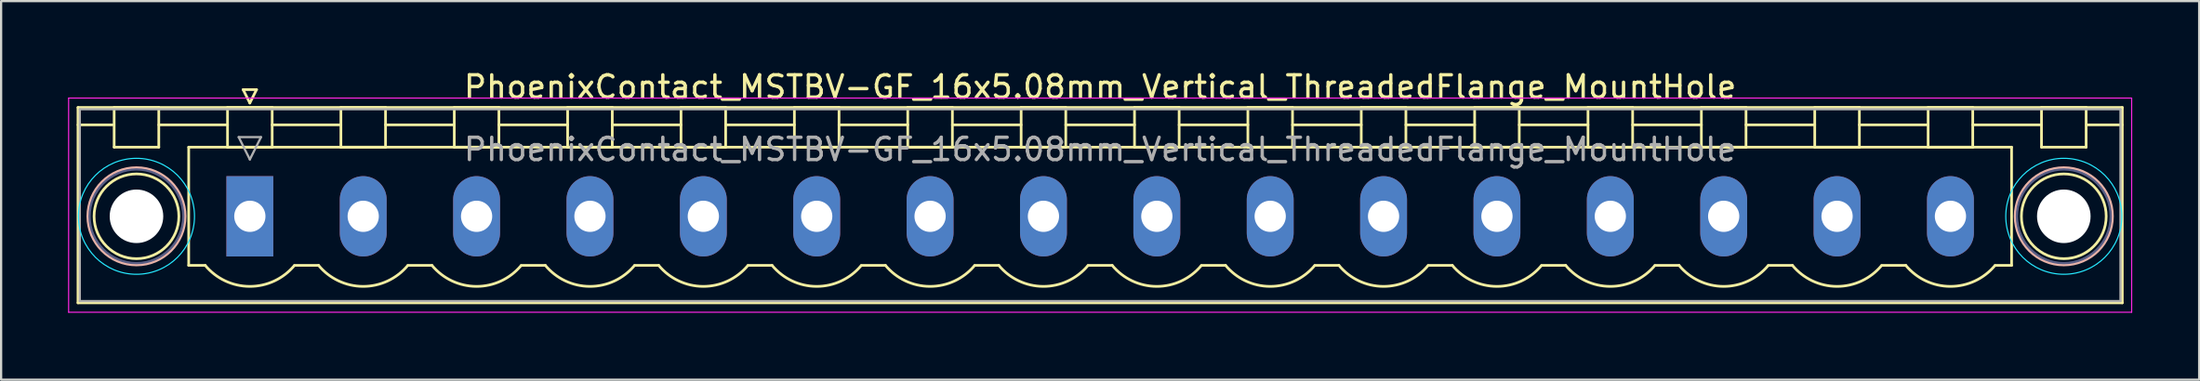
<source format=kicad_pcb>
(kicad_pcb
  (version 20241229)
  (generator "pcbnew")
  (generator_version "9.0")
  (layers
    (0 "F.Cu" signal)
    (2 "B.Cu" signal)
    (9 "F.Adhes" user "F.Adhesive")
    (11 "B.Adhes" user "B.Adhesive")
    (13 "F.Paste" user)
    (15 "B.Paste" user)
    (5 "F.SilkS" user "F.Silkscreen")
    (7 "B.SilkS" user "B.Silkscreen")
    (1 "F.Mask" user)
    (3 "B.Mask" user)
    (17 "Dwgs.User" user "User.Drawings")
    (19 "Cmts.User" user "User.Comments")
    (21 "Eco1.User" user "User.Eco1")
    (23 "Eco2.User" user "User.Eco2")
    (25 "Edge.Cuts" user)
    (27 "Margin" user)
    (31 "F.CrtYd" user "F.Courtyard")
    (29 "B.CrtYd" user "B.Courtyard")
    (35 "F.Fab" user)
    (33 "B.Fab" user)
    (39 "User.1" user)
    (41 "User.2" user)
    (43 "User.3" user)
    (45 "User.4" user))
  (footprint "PhoenixContact_MSTBV-GF_16x5.08mm_Vertical_ThreadedFlange_MountHole"
    (layer "F.Cu")
    (at 8.145 6.648)
    (property "Reference" "PhoenixContact_MSTBV-GF_16x5.08mm_Vertical_ThreadedFlange_MountHole" (at 38.1 -5.8 0) (layer "F.SilkS") (effects (font (size 1 1) (thickness 0.15))))
    (attr through_hole)
    (fp_line (start -7.7 -4.88) (end -7.7 3.88) (stroke (width 0.12) (type solid)) (layer "F.SilkS"))
    (fp_line (start -7.7 -4.1) (end -6.16 -4.1) (stroke (width 0.12) (type solid)) (layer "F.SilkS"))
    (fp_line (start -7.7 3.88) (end 83.9 3.88) (stroke (width 0.12) (type solid)) (layer "F.SilkS"))
    (fp_line (start -6.08 -4.88) (end -4.08 -4.88) (stroke (width 0.12) (type solid)) (layer "F.SilkS"))
    (fp_line (start -6.08 -3.1) (end -6.08 -4.88) (stroke (width 0.12) (type solid)) (layer "F.SilkS"))
    (fp_line (start -4.08 -4.88) (end -4.08 -3.1) (stroke (width 0.12) (type solid)) (layer "F.SilkS"))
    (fp_line (start -4.08 -4.1) (end -1 -4.1) (stroke (width 0.12) (type solid)) (layer "F.SilkS"))
    (fp_line (start -4.08 -3.1) (end -6.08 -3.1) (stroke (width 0.12) (type solid)) (layer "F.SilkS"))
    (fp_line (start -2.74 -3.1) (end 78.94 -3.1) (stroke (width 0.12) (type solid)) (layer "F.SilkS"))
    (fp_line (start -2.74 2.2) (end -2.74 -3.1) (stroke (width 0.12) (type solid)) (layer "F.SilkS"))
    (fp_line (start -2 2.2) (end -2.74 2.2) (stroke (width 0.12) (type solid)) (layer "F.SilkS"))
    (fp_line (start -1 -4.88) (end 1 -4.88) (stroke (width 0.12) (type solid)) (layer "F.SilkS"))
    (fp_line (start -1 -3.1) (end -1 -4.88) (stroke (width 0.12) (type solid)) (layer "F.SilkS"))
    (fp_line (start -0.3 -5.68) (end 0.3 -5.68) (stroke (width 0.12) (type solid)) (layer "F.SilkS"))
    (fp_line (start 0 -5.08) (end -0.3 -5.68) (stroke (width 0.12) (type solid)) (layer "F.SilkS"))
    (fp_line (start 0.3 -5.68) (end 0 -5.08) (stroke (width 0.12) (type solid)) (layer "F.SilkS"))
    (fp_line (start 1 -4.88) (end 1 -3.1) (stroke (width 0.12) (type solid)) (layer "F.SilkS"))
    (fp_line (start 1 -4.1) (end 4.08 -4.1) (stroke (width 0.12) (type solid)) (layer "F.SilkS"))
    (fp_line (start 1 -3.1) (end -1 -3.1) (stroke (width 0.12) (type solid)) (layer "F.SilkS"))
    (fp_line (start 2 2.2) (end 3.08 2.2) (stroke (width 0.12) (type solid)) (layer "F.SilkS"))
    (fp_line (start 4.08 -4.88) (end 6.08 -4.88) (stroke (width 0.12) (type solid)) (layer "F.SilkS"))
    (fp_line (start 4.08 -3.1) (end 4.08 -4.88) (stroke (width 0.12) (type solid)) (layer "F.SilkS"))
    (fp_line (start 6.08 -4.88) (end 6.08 -3.1) (stroke (width 0.12) (type solid)) (layer "F.SilkS"))
    (fp_line (start 6.08 -4.1) (end 9.16 -4.1) (stroke (width 0.12) (type solid)) (layer "F.SilkS"))
    (fp_line (start 6.08 -3.1) (end 4.08 -3.1) (stroke (width 0.12) (type solid)) (layer "F.SilkS"))
    (fp_line (start 7.08 2.2) (end 8.16 2.2) (stroke (width 0.12) (type solid)) (layer "F.SilkS"))
    (fp_line (start 9.16 -4.88) (end 11.16 -4.88) (stroke (width 0.12) (type solid)) (layer "F.SilkS"))
    (fp_line (start 9.16 -3.1) (end 9.16 -4.88) (stroke (width 0.12) (type solid)) (layer "F.SilkS"))
    (fp_line (start 11.16 -4.88) (end 11.16 -3.1) (stroke (width 0.12) (type solid)) (layer "F.SilkS"))
    (fp_line (start 11.16 -4.1) (end 14.24 -4.1) (stroke (width 0.12) (type solid)) (layer "F.SilkS"))
    (fp_line (start 11.16 -3.1) (end 9.16 -3.1) (stroke (width 0.12) (type solid)) (layer "F.SilkS"))
    (fp_line (start 12.16 2.2) (end 13.24 2.2) (stroke (width 0.12) (type solid)) (layer "F.SilkS"))
    (fp_line (start 14.24 -4.88) (end 16.24 -4.88) (stroke (width 0.12) (type solid)) (layer "F.SilkS"))
    (fp_line (start 14.24 -3.1) (end 14.24 -4.88) (stroke (width 0.12) (type solid)) (layer "F.SilkS"))
    (fp_line (start 16.24 -4.88) (end 16.24 -3.1) (stroke (width 0.12) (type solid)) (layer "F.SilkS"))
    (fp_line (start 16.24 -4.1) (end 19.32 -4.1) (stroke (width 0.12) (type solid)) (layer "F.SilkS"))
    (fp_line (start 16.24 -3.1) (end 14.24 -3.1) (stroke (width 0.12) (type solid)) (layer "F.SilkS"))
    (fp_line (start 17.24 2.2) (end 18.32 2.2) (stroke (width 0.12) (type solid)) (layer "F.SilkS"))
    (fp_line (start 19.32 -4.88) (end 21.32 -4.88) (stroke (width 0.12) (type solid)) (layer "F.SilkS"))
    (fp_line (start 19.32 -3.1) (end 19.32 -4.88) (stroke (width 0.12) (type solid)) (layer "F.SilkS"))
    (fp_line (start 21.32 -4.88) (end 21.32 -3.1) (stroke (width 0.12) (type solid)) (layer "F.SilkS"))
    (fp_line (start 21.32 -4.1) (end 24.4 -4.1) (stroke (width 0.12) (type solid)) (layer "F.SilkS"))
    (fp_line (start 21.32 -3.1) (end 19.32 -3.1) (stroke (width 0.12) (type solid)) (layer "F.SilkS"))
    (fp_line (start 22.32 2.2) (end 23.4 2.2) (stroke (width 0.12) (type solid)) (layer "F.SilkS"))
    (fp_line (start 24.4 -4.88) (end 26.4 -4.88) (stroke (width 0.12) (type solid)) (layer "F.SilkS"))
    (fp_line (start 24.4 -3.1) (end 24.4 -4.88) (stroke (width 0.12) (type solid)) (layer "F.SilkS"))
    (fp_line (start 26.4 -4.88) (end 26.4 -3.1) (stroke (width 0.12) (type solid)) (layer "F.SilkS"))
    (fp_line (start 26.4 -4.1) (end 29.48 -4.1) (stroke (width 0.12) (type solid)) (layer "F.SilkS"))
    (fp_line (start 26.4 -3.1) (end 24.4 -3.1) (stroke (width 0.12) (type solid)) (layer "F.SilkS"))
    (fp_line (start 27.4 2.2) (end 28.48 2.2) (stroke (width 0.12) (type solid)) (layer "F.SilkS"))
    (fp_line (start 29.48 -4.88) (end 31.48 -4.88) (stroke (width 0.12) (type solid)) (layer "F.SilkS"))
    (fp_line (start 29.48 -3.1) (end 29.48 -4.88) (stroke (width 0.12) (type solid)) (layer "F.SilkS"))
    (fp_line (start 31.48 -4.88) (end 31.48 -3.1) (stroke (width 0.12) (type solid)) (layer "F.SilkS"))
    (fp_line (start 31.48 -4.1) (end 34.56 -4.1) (stroke (width 0.12) (type solid)) (layer "F.SilkS"))
    (fp_line (start 31.48 -3.1) (end 29.48 -3.1) (stroke (width 0.12) (type solid)) (layer "F.SilkS"))
    (fp_line (start 32.48 2.2) (end 33.56 2.2) (stroke (width 0.12) (type solid)) (layer "F.SilkS"))
    (fp_line (start 34.56 -4.88) (end 36.56 -4.88) (stroke (width 0.12) (type solid)) (layer "F.SilkS"))
    (fp_line (start 34.56 -3.1) (end 34.56 -4.88) (stroke (width 0.12) (type solid)) (layer "F.SilkS"))
    (fp_line (start 36.56 -4.88) (end 36.56 -3.1) (stroke (width 0.12) (type solid)) (layer "F.SilkS"))
    (fp_line (start 36.56 -4.1) (end 39.64 -4.1) (stroke (width 0.12) (type solid)) (layer "F.SilkS"))
    (fp_line (start 36.56 -3.1) (end 34.56 -3.1) (stroke (width 0.12) (type solid)) (layer "F.SilkS"))
    (fp_line (start 37.56 2.2) (end 38.64 2.2) (stroke (width 0.12) (type solid)) (layer "F.SilkS"))
    (fp_line (start 39.64 -4.88) (end 41.64 -4.88) (stroke (width 0.12) (type solid)) (layer "F.SilkS"))
    (fp_line (start 39.64 -3.1) (end 39.64 -4.88) (stroke (width 0.12) (type solid)) (layer "F.SilkS"))
    (fp_line (start 41.64 -4.88) (end 41.64 -3.1) (stroke (width 0.12) (type solid)) (layer "F.SilkS"))
    (fp_line (start 41.64 -4.1) (end 44.72 -4.1) (stroke (width 0.12) (type solid)) (layer "F.SilkS"))
    (fp_line (start 41.64 -3.1) (end 39.64 -3.1) (stroke (width 0.12) (type solid)) (layer "F.SilkS"))
    (fp_line (start 42.64 2.2) (end 43.72 2.2) (stroke (width 0.12) (type solid)) (layer "F.SilkS"))
    (fp_line (start 44.72 -4.88) (end 46.72 -4.88) (stroke (width 0.12) (type solid)) (layer "F.SilkS"))
    (fp_line (start 44.72 -3.1) (end 44.72 -4.88) (stroke (width 0.12) (type solid)) (layer "F.SilkS"))
    (fp_line (start 46.72 -4.88) (end 46.72 -3.1) (stroke (width 0.12) (type solid)) (layer "F.SilkS"))
    (fp_line (start 46.72 -4.1) (end 49.8 -4.1) (stroke (width 0.12) (type solid)) (layer "F.SilkS"))
    (fp_line (start 46.72 -3.1) (end 44.72 -3.1) (stroke (width 0.12) (type solid)) (layer "F.SilkS"))
    (fp_line (start 47.72 2.2) (end 48.8 2.2) (stroke (width 0.12) (type solid)) (layer "F.SilkS"))
    (fp_line (start 49.8 -4.88) (end 51.8 -4.88) (stroke (width 0.12) (type solid)) (layer "F.SilkS"))
    (fp_line (start 49.8 -3.1) (end 49.8 -4.88) (stroke (width 0.12) (type solid)) (layer "F.SilkS"))
    (fp_line (start 51.8 -4.88) (end 51.8 -3.1) (stroke (width 0.12) (type solid)) (layer "F.SilkS"))
    (fp_line (start 51.8 -4.1) (end 54.88 -4.1) (stroke (width 0.12) (type solid)) (layer "F.SilkS"))
    (fp_line (start 51.8 -3.1) (end 49.8 -3.1) (stroke (width 0.12) (type solid)) (layer "F.SilkS"))
    (fp_line (start 52.8 2.2) (end 53.88 2.2) (stroke (width 0.12) (type solid)) (layer "F.SilkS"))
    (fp_line (start 54.88 -4.88) (end 56.88 -4.88) (stroke (width 0.12) (type solid)) (layer "F.SilkS"))
    (fp_line (start 54.88 -3.1) (end 54.88 -4.88) (stroke (width 0.12) (type solid)) (layer "F.SilkS"))
    (fp_line (start 56.88 -4.88) (end 56.88 -3.1) (stroke (width 0.12) (type solid)) (layer "F.SilkS"))
    (fp_line (start 56.88 -4.1) (end 59.96 -4.1) (stroke (width 0.12) (type solid)) (layer "F.SilkS"))
    (fp_line (start 56.88 -3.1) (end 54.88 -3.1) (stroke (width 0.12) (type solid)) (layer "F.SilkS"))
    (fp_line (start 57.88 2.2) (end 58.96 2.2) (stroke (width 0.12) (type solid)) (layer "F.SilkS"))
    (fp_line (start 59.96 -4.88) (end 61.96 -4.88) (stroke (width 0.12) (type solid)) (layer "F.SilkS"))
    (fp_line (start 59.96 -3.1) (end 59.96 -4.88) (stroke (width 0.12) (type solid)) (layer "F.SilkS"))
    (fp_line (start 61.96 -4.88) (end 61.96 -3.1) (stroke (width 0.12) (type solid)) (layer "F.SilkS"))
    (fp_line (start 61.96 -4.1) (end 65.04 -4.1) (stroke (width 0.12) (type solid)) (layer "F.SilkS"))
    (fp_line (start 61.96 -3.1) (end 59.96 -3.1) (stroke (width 0.12) (type solid)) (layer "F.SilkS"))
    (fp_line (start 62.96 2.2) (end 64.04 2.2) (stroke (width 0.12) (type solid)) (layer "F.SilkS"))
    (fp_line (start 65.04 -4.88) (end 67.04 -4.88) (stroke (width 0.12) (type solid)) (layer "F.SilkS"))
    (fp_line (start 65.04 -3.1) (end 65.04 -4.88) (stroke (width 0.12) (type solid)) (layer "F.SilkS"))
    (fp_line (start 67.04 -4.88) (end 67.04 -3.1) (stroke (width 0.12) (type solid)) (layer "F.SilkS"))
    (fp_line (start 67.04 -4.1) (end 70.12 -4.1) (stroke (width 0.12) (type solid)) (layer "F.SilkS"))
    (fp_line (start 67.04 -3.1) (end 65.04 -3.1) (stroke (width 0.12) (type solid)) (layer "F.SilkS"))
    (fp_line (start 68.04 2.2) (end 69.12 2.2) (stroke (width 0.12) (type solid)) (layer "F.SilkS"))
    (fp_line (start 70.12 -4.88) (end 72.12 -4.88) (stroke (width 0.12) (type solid)) (layer "F.SilkS"))
    (fp_line (start 70.12 -3.1) (end 70.12 -4.88) (stroke (width 0.12) (type solid)) (layer "F.SilkS"))
    (fp_line (start 72.12 -4.88) (end 72.12 -3.1) (stroke (width 0.12) (type solid)) (layer "F.SilkS"))
    (fp_line (start 72.12 -4.1) (end 75.2 -4.1) (stroke (width 0.12) (type solid)) (layer "F.SilkS"))
    (fp_line (start 72.12 -3.1) (end 70.12 -3.1) (stroke (width 0.12) (type solid)) (layer "F.SilkS"))
    (fp_line (start 73.12 2.2) (end 74.2 2.2) (stroke (width 0.12) (type solid)) (layer "F.SilkS"))
    (fp_line (start 75.2 -4.88) (end 77.2 -4.88) (stroke (width 0.12) (type solid)) (layer "F.SilkS"))
    (fp_line (start 75.2 -3.1) (end 75.2 -4.88) (stroke (width 0.12) (type solid)) (layer "F.SilkS"))
    (fp_line (start 77.2 -4.88) (end 77.2 -3.1) (stroke (width 0.12) (type solid)) (layer "F.SilkS"))
    (fp_line (start 77.2 -4.1) (end 80.28 -4.1) (stroke (width 0.12) (type solid)) (layer "F.SilkS"))
    (fp_line (start 77.2 -3.1) (end 75.2 -3.1) (stroke (width 0.12) (type solid)) (layer "F.SilkS"))
    (fp_line (start 78.94 -3.1) (end 78.94 2.2) (stroke (width 0.12) (type solid)) (layer "F.SilkS"))
    (fp_line (start 78.94 2.2) (end 78.2 2.2) (stroke (width 0.12) (type solid)) (layer "F.SilkS"))
    (fp_line (start 80.28 -4.88) (end 82.28 -4.88) (stroke (width 0.12) (type solid)) (layer "F.SilkS"))
    (fp_line (start 80.28 -3.1) (end 80.28 -4.88) (stroke (width 0.12) (type solid)) (layer "F.SilkS"))
    (fp_line (start 82.28 -4.88) (end 82.28 -3.1) (stroke (width 0.12) (type solid)) (layer "F.SilkS"))
    (fp_line (start 82.28 -3.1) (end 80.28 -3.1) (stroke (width 0.12) (type solid)) (layer "F.SilkS"))
    (fp_line (start 83.9 -4.88) (end -7.7 -4.88) (stroke (width 0.12) (type solid)) (layer "F.SilkS"))
    (fp_line (start 83.9 -4.1) (end 82.36 -4.1) (stroke (width 0.12) (type solid)) (layer "F.SilkS"))
    (fp_line (start 83.9 3.88) (end 83.9 -4.88) (stroke (width 0.12) (type solid)) (layer "F.SilkS"))
    (fp_arc (start 1.986842 2.215821) (mid -0.010289 3.142758) (end -2 2.2) (stroke (width 0.12) (type solid)) (layer "F.SilkS"))
    (fp_arc (start 7.066842 2.215821) (mid 5.069711 3.142758) (end 3.08 2.2) (stroke (width 0.12) (type solid)) (layer "F.SilkS"))
    (fp_arc (start 12.146842 2.215821) (mid 10.149711 3.142758) (end 8.16 2.2) (stroke (width 0.12) (type solid)) (layer "F.SilkS"))
    (fp_arc (start 17.226842 2.215821) (mid 15.229711 3.142758) (end 13.24 2.2) (stroke (width 0.12) (type solid)) (layer "F.SilkS"))
    (fp_arc (start 22.306842 2.215821) (mid 20.309711 3.142758) (end 18.32 2.2) (stroke (width 0.12) (type solid)) (layer "F.SilkS"))
    (fp_arc (start 27.386842 2.215821) (mid 25.389711 3.142758) (end 23.4 2.2) (stroke (width 0.12) (type solid)) (layer "F.SilkS"))
    (fp_arc (start 32.466842 2.215821) (mid 30.469711 3.142758) (end 28.48 2.2) (stroke (width 0.12) (type solid)) (layer "F.SilkS"))
    (fp_arc (start 37.546842 2.215821) (mid 35.549711 3.142758) (end 33.56 2.2) (stroke (width 0.12) (type solid)) (layer "F.SilkS"))
    (fp_arc (start 42.626842 2.215821) (mid 40.629711 3.142758) (end 38.64 2.2) (stroke (width 0.12) (type solid)) (layer "F.SilkS"))
    (fp_arc (start 47.706842 2.215821) (mid 45.709711 3.142758) (end 43.72 2.2) (stroke (width 0.12) (type solid)) (layer "F.SilkS"))
    (fp_arc (start 52.786842 2.215821) (mid 50.789711 3.142758) (end 48.8 2.2) (stroke (width 0.12) (type solid)) (layer "F.SilkS"))
    (fp_arc (start 57.866842 2.215821) (mid 55.869711 3.142758) (end 53.88 2.2) (stroke (width 0.12) (type solid)) (layer "F.SilkS"))
    (fp_arc (start 62.946842 2.215821) (mid 60.949711 3.142758) (end 58.96 2.2) (stroke (width 0.12) (type solid)) (layer "F.SilkS"))
    (fp_arc (start 68.026842 2.215821) (mid 66.029711 3.142758) (end 64.04 2.2) (stroke (width 0.12) (type solid)) (layer "F.SilkS"))
    (fp_arc (start 73.106842 2.215821) (mid 71.109711 3.142758) (end 69.12 2.2) (stroke (width 0.12) (type solid)) (layer "F.SilkS"))
    (fp_arc (start 78.186842 2.215821) (mid 76.189711 3.142758) (end 74.2 2.2) (stroke (width 0.12) (type solid)) (layer "F.SilkS"))
    (fp_circle (center -5.08 0) (end -3.18 0) (stroke (width 0.12) (type solid)) (fill no) (layer "F.SilkS"))
    (fp_circle (center 81.28 0) (end 83.18 0) (stroke (width 0.12) (type solid)) (fill no) (layer "F.SilkS"))
    (fp_circle (center -5.08 0) (end -2.9 0) (stroke (width 0.12) (type solid)) (fill no) (layer "B.SilkS"))
    (fp_circle (center 81.28 0) (end 83.46 0) (stroke (width 0.12) (type solid)) (fill no) (layer "B.SilkS"))
    (fp_circle (center -5.08 0) (end -2.48 0) (stroke (width 0.05) (type solid)) (fill no) (layer "B.CrtYd"))
    (fp_circle (center 81.28 0) (end 83.88 0) (stroke (width 0.05) (type solid)) (fill no) (layer "B.CrtYd"))
    (fp_line (start -8.12 -5.3) (end -8.12 4.3) (stroke (width 0.05) (type solid)) (layer "F.CrtYd"))
    (fp_line (start -8.12 4.3) (end 84.32 4.3) (stroke (width 0.05) (type solid)) (layer "F.CrtYd"))
    (fp_line (start 84.32 -5.3) (end -8.12 -5.3) (stroke (width 0.05) (type solid)) (layer "F.CrtYd"))
    (fp_line (start 84.32 4.3) (end 84.32 -5.3) (stroke (width 0.05) (type solid)) (layer "F.CrtYd"))
    (fp_circle (center -5.08 0) (end -2.98 0) (stroke (width 0.1) (type solid)) (fill no) (layer "B.Fab"))
    (fp_circle (center 81.28 0) (end 83.38 0) (stroke (width 0.1) (type solid)) (fill no) (layer "B.Fab"))
    (fp_line (start -7.62 -4.8) (end -7.62 3.8) (stroke (width 0.1) (type solid)) (layer "F.Fab"))
    (fp_line (start -7.62 3.8) (end 83.82 3.8) (stroke (width 0.1) (type solid)) (layer "F.Fab"))
    (fp_line (start -0.5 -3.55) (end 0.5 -3.55) (stroke (width 0.1) (type solid)) (layer "F.Fab"))
    (fp_line (start 0 -2.55) (end -0.5 -3.55) (stroke (width 0.1) (type solid)) (layer "F.Fab"))
    (fp_line (start 0.5 -3.55) (end 0 -2.55) (stroke (width 0.1) (type solid)) (layer "F.Fab"))
    (fp_line (start 83.82 -4.8) (end -7.62 -4.8) (stroke (width 0.1) (type solid)) (layer "F.Fab"))
    (fp_line (start 83.82 3.8) (end 83.82 -4.8) (stroke (width 0.1) (type solid)) (layer "F.Fab"))
    (fp_text user "${REFERENCE}" (at 38.1 -3 0) (layer "F.Fab") (effects (font (size 1 1) (thickness 0.15))))
    (pad "" np_thru_hole circle (at -5.08 0) (size 2.4 2.4) (drill 2.4) (layers "*.Cu" "*.Mask"))
    (pad "" np_thru_hole circle (at 81.28 0) (size 2.4 2.4) (drill 2.4) (layers "*.Cu" "*.Mask"))
    (pad "1" thru_hole rect (at 0 0) (size 2.1 3.6) (drill 1.4) (layers "*.Cu" "*.Mask"))
    (pad "2" thru_hole oval (at 5.08 0) (size 2.1 3.6) (drill 1.4) (layers "*.Cu" "*.Mask"))
    (pad "3" thru_hole oval (at 10.16 0) (size 2.1 3.6) (drill 1.4) (layers "*.Cu" "*.Mask"))
    (pad "4" thru_hole oval (at 15.24 0) (size 2.1 3.6) (drill 1.4) (layers "*.Cu" "*.Mask"))
    (pad "5" thru_hole oval (at 20.32 0) (size 2.1 3.6) (drill 1.4) (layers "*.Cu" "*.Mask"))
    (pad "6" thru_hole oval (at 25.4 0) (size 2.1 3.6) (drill 1.4) (layers "*.Cu" "*.Mask"))
    (pad "7" thru_hole oval (at 30.48 0) (size 2.1 3.6) (drill 1.4) (layers "*.Cu" "*.Mask"))
    (pad "8" thru_hole oval (at 35.56 0) (size 2.1 3.6) (drill 1.4) (layers "*.Cu" "*.Mask"))
    (pad "9" thru_hole oval (at 40.64 0) (size 2.1 3.6) (drill 1.4) (layers "*.Cu" "*.Mask"))
    (pad "10" thru_hole oval (at 45.72 0) (size 2.1 3.6) (drill 1.4) (layers "*.Cu" "*.Mask"))
    (pad "11" thru_hole oval (at 50.8 0) (size 2.1 3.6) (drill 1.4) (layers "*.Cu" "*.Mask"))
    (pad "12" thru_hole oval (at 55.88 0) (size 2.1 3.6) (drill 1.4) (layers "*.Cu" "*.Mask"))
    (pad "13" thru_hole oval (at 60.96 0) (size 2.1 3.6) (drill 1.4) (layers "*.Cu" "*.Mask"))
    (pad "14" thru_hole oval (at 66.04 0) (size 2.1 3.6) (drill 1.4) (layers "*.Cu" "*.Mask"))
    (pad "15" thru_hole oval (at 71.12 0) (size 2.1 3.6) (drill 1.4) (layers "*.Cu" "*.Mask"))
    (pad "16" thru_hole oval (at 76.2 0) (size 2.1 3.6) (drill 1.4) (layers "*.Cu" "*.Mask")))
  (gr_rect
    (start -3 -3)
    (end 95.49 13.973)
    (stroke (width 0.1) (type default))
    (fill no)
    (layer "Edge.Cuts")))
</source>
